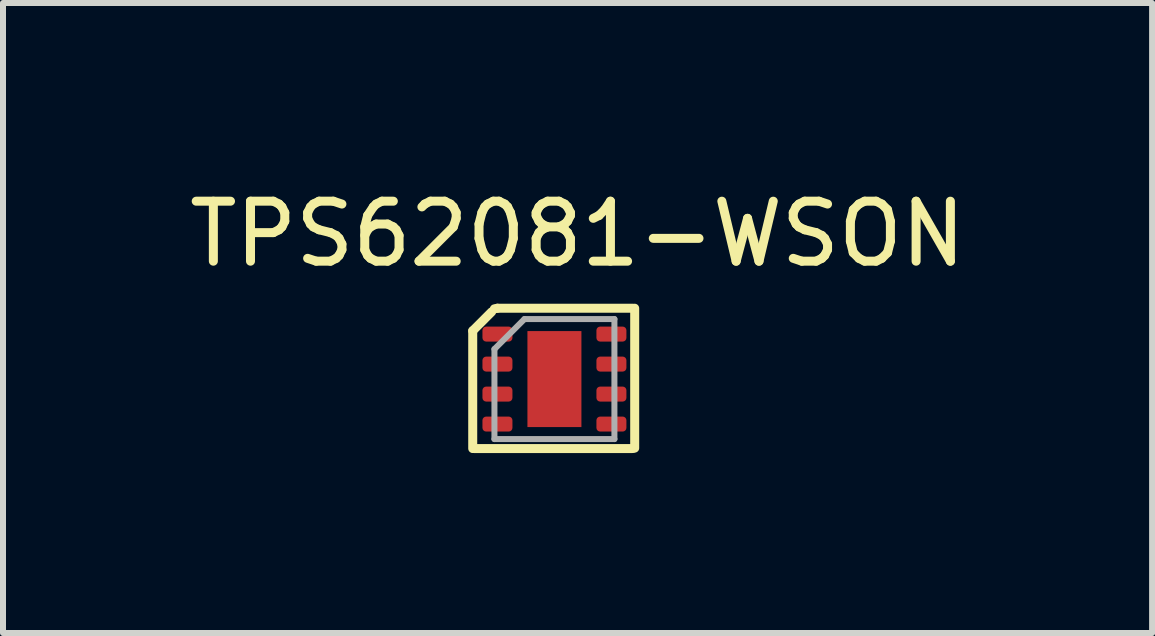
<source format=kicad_pcb>
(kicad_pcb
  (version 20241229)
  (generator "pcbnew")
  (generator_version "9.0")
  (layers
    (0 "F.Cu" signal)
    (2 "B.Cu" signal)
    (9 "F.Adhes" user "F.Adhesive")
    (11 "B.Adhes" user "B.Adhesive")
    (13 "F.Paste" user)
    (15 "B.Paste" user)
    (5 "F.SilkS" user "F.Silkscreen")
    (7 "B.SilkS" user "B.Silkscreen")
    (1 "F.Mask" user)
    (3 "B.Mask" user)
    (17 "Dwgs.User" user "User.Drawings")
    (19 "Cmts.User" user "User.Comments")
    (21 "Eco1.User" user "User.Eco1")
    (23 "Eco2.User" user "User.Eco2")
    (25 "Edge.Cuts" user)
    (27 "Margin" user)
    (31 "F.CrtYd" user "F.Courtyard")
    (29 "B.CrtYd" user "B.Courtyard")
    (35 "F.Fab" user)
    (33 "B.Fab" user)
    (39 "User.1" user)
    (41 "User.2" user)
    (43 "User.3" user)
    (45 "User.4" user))
  (footprint "TPS62081-WSON"
    (layer "F.Cu")
    (at 5.887 3.673)
    (property "Reference" "TPS62081-WSON" (at 0.691 -2.824 0) (layer "F.SilkS") (effects (font (size 1 1) (thickness 0.15))))
    (attr through_hole)
    (fp_line (start -1.057 -1.209) (end -0.742 -1.524) (stroke (width 0.15) (type solid)) (layer "F.SilkS"))
    (fp_line (start -1.057 0.754) (end -1.057 -1.209) (stroke (width 0.15) (type solid)) (layer "F.SilkS"))
    (fp_line (start -1.034 0.754) (end 1.608 0.754) (stroke (width 0.15) (type solid)) (layer "F.SilkS"))
    (fp_line (start -0.645 -1.585) (end -0.696 -1.575) (stroke (width 0.15) (type solid)) (layer "F.SilkS"))
    (fp_line (start 1.608 -1.585) (end -0.645 -1.585) (stroke (width 0.15) (type solid)) (layer "F.SilkS"))
    (fp_line (start 1.643 0.747) (end 1.643 -1.585) (stroke (width 0.15) (type solid)) (layer "F.SilkS"))
    (fp_line (start -0.695 0.596) (end -0.695 -0.904) (stroke (width 0.1) (type solid)) (layer "F.Fab"))
    (fp_line (start -0.195 -1.404) (end -0.695 -0.904) (stroke (width 0.1) (type solid)) (layer "F.Fab"))
    (fp_line (start -0.195 -1.404) (end 1.305 -1.404) (stroke (width 0.1) (type solid)) (layer "F.Fab"))
    (fp_line (start 1.305 -1.404) (end 1.305 0.596) (stroke (width 0.1) (type solid)) (layer "F.Fab"))
    (fp_line (start 1.305 0.596) (end -0.695 0.596) (stroke (width 0.1) (type solid)) (layer "F.Fab"))
    (pad "" smd rect (at 0.305 -0.804) (size 0.75 0.65) (layers "F.Paste"))
    (pad "" smd rect (at 0.305 -0.004) (size 0.75 0.65) (layers "F.Paste"))
    (pad "1" smd roundrect (at -0.645 -1.154) (size 0.5 0.25) (layers "F.Cu" "F.Mask" "F.Paste") (roundrect_rratio 0.25))
    (pad "2" smd roundrect (at -0.645 -0.654) (size 0.5 0.25) (layers "F.Cu" "F.Mask" "F.Paste") (roundrect_rratio 0.25))
    (pad "3" smd roundrect (at -0.645 -0.154) (size 0.5 0.25) (layers "F.Cu" "F.Mask" "F.Paste") (roundrect_rratio 0.25))
    (pad "4" smd roundrect (at -0.645 0.346) (size 0.5 0.25) (layers "F.Cu" "F.Mask" "F.Paste") (roundrect_rratio 0.25))
    (pad "5" smd roundrect (at 1.255 0.346) (size 0.5 0.25) (layers "F.Cu" "F.Mask" "F.Paste") (roundrect_rratio 0.25))
    (pad "6" smd roundrect (at 1.255 -0.154) (size 0.5 0.25) (layers "F.Cu" "F.Mask" "F.Paste") (roundrect_rratio 0.25))
    (pad "7" smd roundrect (at 1.255 -0.654) (size 0.5 0.25) (layers "F.Cu" "F.Mask" "F.Paste") (roundrect_rratio 0.25))
    (pad "8" smd roundrect (at 1.255 -1.154) (size 0.5 0.25) (layers "F.Cu" "F.Mask" "F.Paste") (roundrect_rratio 0.25))
    (pad "9" smd rect (at 0.305 -0.404) (size 0.9 1.6) (layers "F.Cu" "F.Mask")))
  (gr_rect
    (start -3 -3)
    (end 16.155 7.502)
    (stroke (width 0.1) (type default))
    (fill no)
    (layer "Edge.Cuts")))
</source>
